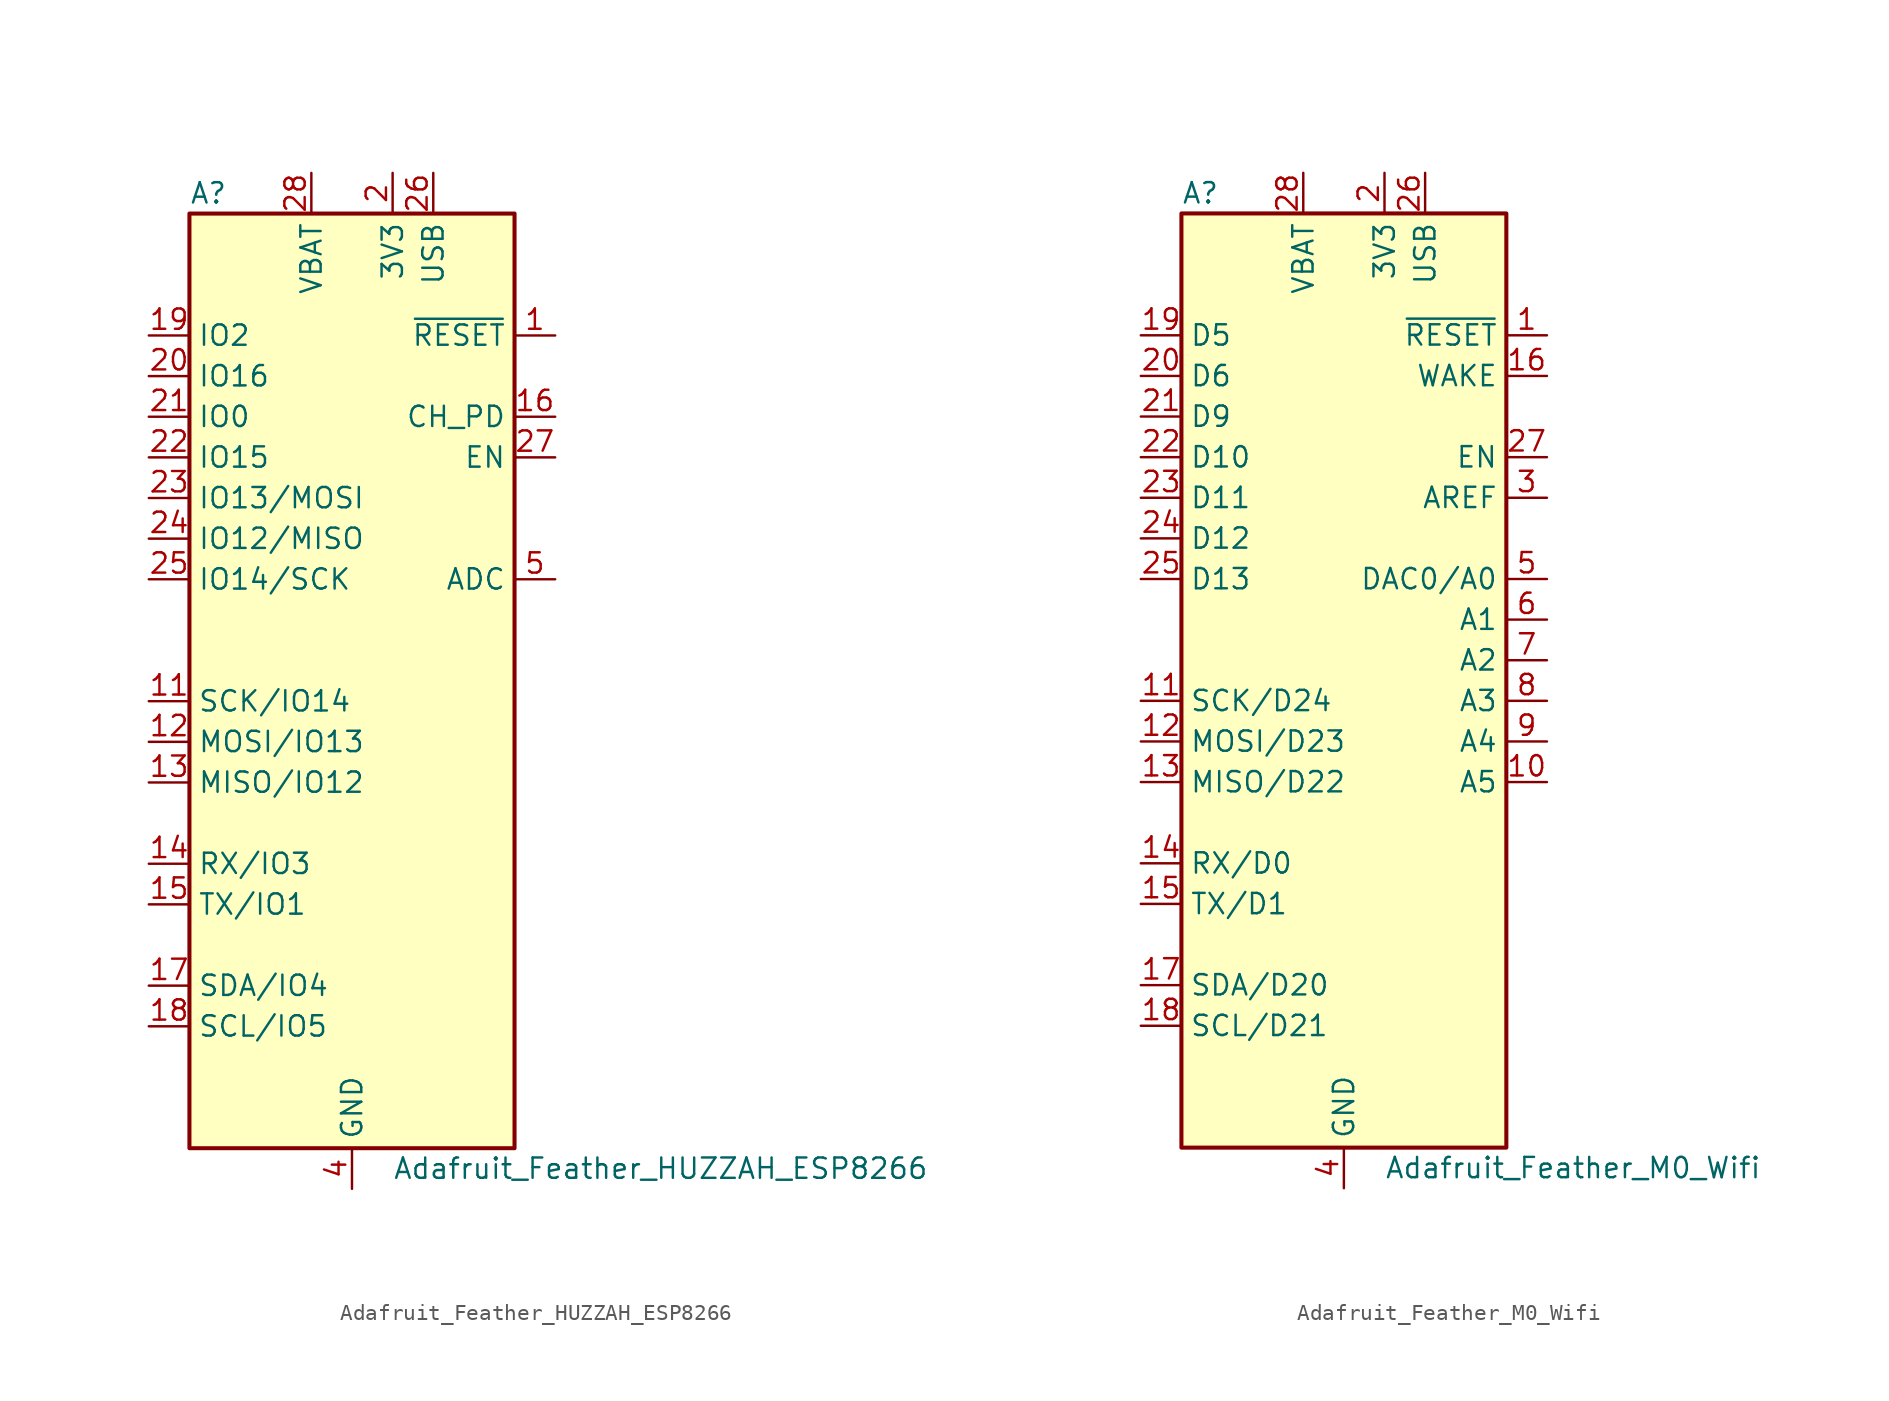
<source format=kicad_sym>
(kicad_symbol_lib
  (version 20231120)
  (generator "kicad_symbol_editor")
  (generator_version "8.0")
  (symbol "Adafruit_Feather_HUZZAH_ESP8266"
    (property "Reference" "A"
      (at -10.16 29.21 0)
      (effects (font (size 1.27 1.27)) (justify left)))
    (property "Value" "Adafruit_Feather_HUZZAH_ESP8266"
      (at 2.54 -31.75 0)
      (effects (font (size 1.27 1.27)) (justify left)))
    (symbol "Adafruit_Feather_HUZZAH_ESP8266_0_1"
      (rectangle (start -10.16 27.94) (end 10.16 -30.48) (stroke (width 0.254) (type default)) (fill (type background))))
    (symbol "Adafruit_Feather_HUZZAH_ESP8266_1_1"
      (pin input line (at 12.7 20.32 180) (length 2.54) (name "~{RESET}" (effects (font (size 1.27 1.27)))) (number "1" (effects (font (size 1.27 1.27)))))
      (pin no_connect line (at 10.16 -7.62 180) (length 2.54) hide (name "NC" (effects (font (size 1.27 1.27)))) (number "10" (effects (font (size 1.27 1.27)))))
      (pin bidirectional line (at -12.7 -2.54 0) (length 2.54) (name "SCK/IO14" (effects (font (size 1.27 1.27)))) (number "11" (effects (font (size 1.27 1.27)))))
      (pin bidirectional line (at -12.7 -5.08 0) (length 2.54) (name "MOSI/IO13" (effects (font (size 1.27 1.27)))) (number "12" (effects (font (size 1.27 1.27)))))
      (pin bidirectional line (at -12.7 -7.62 0) (length 2.54) (name "MISO/IO12" (effects (font (size 1.27 1.27)))) (number "13" (effects (font (size 1.27 1.27)))))
      (pin bidirectional line (at -12.7 -12.7 0) (length 2.54) (name "RX/IO3" (effects (font (size 1.27 1.27)))) (number "14" (effects (font (size 1.27 1.27)))))
      (pin bidirectional line (at -12.7 -15.24 0) (length 2.54) (name "TX/IO1" (effects (font (size 1.27 1.27)))) (number "15" (effects (font (size 1.27 1.27)))))
      (pin bidirectional line (at 12.7 15.24 180) (length 2.54) (name "CH_PD" (effects (font (size 1.27 1.27)))) (number "16" (effects (font (size 1.27 1.27)))))
      (pin bidirectional line (at -12.7 -20.32 0) (length 2.54) (name "SDA/IO4" (effects (font (size 1.27 1.27)))) (number "17" (effects (font (size 1.27 1.27)))))
      (pin bidirectional line (at -12.7 -22.86 0) (length 2.54) (name "SCL/IO5" (effects (font (size 1.27 1.27)))) (number "18" (effects (font (size 1.27 1.27)))))
      (pin bidirectional line (at -12.7 20.32 0) (length 2.54) (name "IO2" (effects (font (size 1.27 1.27)))) (number "19" (effects (font (size 1.27 1.27)))))
      (pin power_in line (at 2.54 30.48 270) (length 2.54) (name "3V3" (effects (font (size 1.27 1.27)))) (number "2" (effects (font (size 1.27 1.27)))))
      (pin bidirectional line (at -12.7 17.78 0) (length 2.54) (name "IO16" (effects (font (size 1.27 1.27)))) (number "20" (effects (font (size 1.27 1.27)))))
      (pin bidirectional line (at -12.7 15.24 0) (length 2.54) (name "IO0" (effects (font (size 1.27 1.27)))) (number "21" (effects (font (size 1.27 1.27)))))
      (pin bidirectional line (at -12.7 12.7 0) (length 2.54) (name "IO15" (effects (font (size 1.27 1.27)))) (number "22" (effects (font (size 1.27 1.27)))))
      (pin bidirectional line (at -12.7 10.16 0) (length 2.54) (name "IO13/MOSI" (effects (font (size 1.27 1.27)))) (number "23" (effects (font (size 1.27 1.27)))))
      (pin bidirectional line (at -12.7 7.62 0) (length 2.54) (name "IO12/MISO" (effects (font (size 1.27 1.27)))) (number "24" (effects (font (size 1.27 1.27)))))
      (pin bidirectional line (at -12.7 5.08 0) (length 2.54) (name "IO14/SCK" (effects (font (size 1.27 1.27)))) (number "25" (effects (font (size 1.27 1.27)))))
      (pin power_in line (at 5.08 30.48 270) (length 2.54) (name "USB" (effects (font (size 1.27 1.27)))) (number "26" (effects (font (size 1.27 1.27)))))
      (pin input line (at 12.7 12.7 180) (length 2.54) (name "EN" (effects (font (size 1.27 1.27)))) (number "27" (effects (font (size 1.27 1.27)))))
      (pin power_in line (at -2.54 30.48 270) (length 2.54) (name "VBAT" (effects (font (size 1.27 1.27)))) (number "28" (effects (font (size 1.27 1.27)))))
      (pin no_connect line (at 10.16 10.16 180) (length 2.54) hide (name "NC" (effects (font (size 1.27 1.27)))) (number "3" (effects (font (size 1.27 1.27)))))
      (pin power_in line (at 0 -33.02 90) (length 2.54) (name "GND" (effects (font (size 1.27 1.27)))) (number "4" (effects (font (size 1.27 1.27)))))
      (pin bidirectional line (at 12.7 5.08 180) (length 2.54) (name "ADC" (effects (font (size 1.27 1.27)))) (number "5" (effects (font (size 1.27 1.27)))))
      (pin no_connect line (at 10.16 2.54 180) (length 2.54) hide (name "NC" (effects (font (size 1.27 1.27)))) (number "6" (effects (font (size 1.27 1.27)))))
      (pin no_connect line (at 10.16 0 180) (length 2.54) hide (name "NC" (effects (font (size 1.27 1.27)))) (number "7" (effects (font (size 1.27 1.27)))))
      (pin no_connect line (at 10.16 -2.54 180) (length 2.54) hide (name "NC" (effects (font (size 1.27 1.27)))) (number "8" (effects (font (size 1.27 1.27)))))
      (pin no_connect line (at 10.16 -5.08 180) (length 2.54) hide (name "NC" (effects (font (size 1.27 1.27)))) (number "9" (effects (font (size 1.27 1.27)))))))
  (symbol "Adafruit_Feather_M0_Wifi"
    (property "Reference" "A"
      (at -10.16 29.21 0)
      (effects (font (size 1.27 1.27)) (justify left)))
    (property "Value" "Adafruit_Feather_M0_Wifi"
      (at 2.54 -31.75 0)
      (effects (font (size 1.27 1.27)) (justify left)))
    (symbol "Adafruit_Feather_M0_Wifi_0_1"
      (rectangle (start -10.16 27.94) (end 10.16 -30.48) (stroke (width 0.254) (type default)) (fill (type background))))
    (symbol "Adafruit_Feather_M0_Wifi_1_1"
      (pin input line (at 12.7 20.32 180) (length 2.54) (name "~{RESET}" (effects (font (size 1.27 1.27)))) (number "1" (effects (font (size 1.27 1.27)))))
      (pin bidirectional line (at 12.7 -7.62 180) (length 2.54) (name "A5" (effects (font (size 1.27 1.27)))) (number "10" (effects (font (size 1.27 1.27)))))
      (pin bidirectional line (at -12.7 -2.54 0) (length 2.54) (name "SCK/D24" (effects (font (size 1.27 1.27)))) (number "11" (effects (font (size 1.27 1.27)))))
      (pin bidirectional line (at -12.7 -5.08 0) (length 2.54) (name "MOSI/D23" (effects (font (size 1.27 1.27)))) (number "12" (effects (font (size 1.27 1.27)))))
      (pin bidirectional line (at -12.7 -7.62 0) (length 2.54) (name "MISO/D22" (effects (font (size 1.27 1.27)))) (number "13" (effects (font (size 1.27 1.27)))))
      (pin bidirectional line (at -12.7 -12.7 0) (length 2.54) (name "RX/D0" (effects (font (size 1.27 1.27)))) (number "14" (effects (font (size 1.27 1.27)))))
      (pin bidirectional line (at -12.7 -15.24 0) (length 2.54) (name "TX/D1" (effects (font (size 1.27 1.27)))) (number "15" (effects (font (size 1.27 1.27)))))
      (pin input line (at 12.7 17.78 180) (length 2.54) (name "WAKE" (effects (font (size 1.27 1.27)))) (number "16" (effects (font (size 1.27 1.27)))))
      (pin bidirectional line (at -12.7 -20.32 0) (length 2.54) (name "SDA/D20" (effects (font (size 1.27 1.27)))) (number "17" (effects (font (size 1.27 1.27)))))
      (pin bidirectional line (at -12.7 -22.86 0) (length 2.54) (name "SCL/D21" (effects (font (size 1.27 1.27)))) (number "18" (effects (font (size 1.27 1.27)))))
      (pin bidirectional line (at -12.7 20.32 0) (length 2.54) (name "D5" (effects (font (size 1.27 1.27)))) (number "19" (effects (font (size 1.27 1.27)))))
      (pin power_in line (at 2.54 30.48 270) (length 2.54) (name "3V3" (effects (font (size 1.27 1.27)))) (number "2" (effects (font (size 1.27 1.27)))))
      (pin bidirectional line (at -12.7 17.78 0) (length 2.54) (name "D6" (effects (font (size 1.27 1.27)))) (number "20" (effects (font (size 1.27 1.27)))))
      (pin bidirectional line (at -12.7 15.24 0) (length 2.54) (name "D9" (effects (font (size 1.27 1.27)))) (number "21" (effects (font (size 1.27 1.27)))))
      (pin bidirectional line (at -12.7 12.7 0) (length 2.54) (name "D10" (effects (font (size 1.27 1.27)))) (number "22" (effects (font (size 1.27 1.27)))))
      (pin bidirectional line (at -12.7 10.16 0) (length 2.54) (name "D11" (effects (font (size 1.27 1.27)))) (number "23" (effects (font (size 1.27 1.27)))))
      (pin bidirectional line (at -12.7 7.62 0) (length 2.54) (name "D12" (effects (font (size 1.27 1.27)))) (number "24" (effects (font (size 1.27 1.27)))))
      (pin bidirectional line (at -12.7 5.08 0) (length 2.54) (name "D13" (effects (font (size 1.27 1.27)))) (number "25" (effects (font (size 1.27 1.27)))))
      (pin power_in line (at 5.08 30.48 270) (length 2.54) (name "USB" (effects (font (size 1.27 1.27)))) (number "26" (effects (font (size 1.27 1.27)))))
      (pin input line (at 12.7 12.7 180) (length 2.54) (name "EN" (effects (font (size 1.27 1.27)))) (number "27" (effects (font (size 1.27 1.27)))))
      (pin power_in line (at -2.54 30.48 270) (length 2.54) (name "VBAT" (effects (font (size 1.27 1.27)))) (number "28" (effects (font (size 1.27 1.27)))))
      (pin input line (at 12.7 10.16 180) (length 2.54) (name "AREF" (effects (font (size 1.27 1.27)))) (number "3" (effects (font (size 1.27 1.27)))))
      (pin power_in line (at 0 -33.02 90) (length 2.54) (name "GND" (effects (font (size 1.27 1.27)))) (number "4" (effects (font (size 1.27 1.27)))))
      (pin bidirectional line (at 12.7 5.08 180) (length 2.54) (name "DAC0/A0" (effects (font (size 1.27 1.27)))) (number "5" (effects (font (size 1.27 1.27)))))
      (pin bidirectional line (at 12.7 2.54 180) (length 2.54) (name "A1" (effects (font (size 1.27 1.27)))) (number "6" (effects (font (size 1.27 1.27)))))
      (pin bidirectional line (at 12.7 0 180) (length 2.54) (name "A2" (effects (font (size 1.27 1.27)))) (number "7" (effects (font (size 1.27 1.27)))))
      (pin bidirectional line (at 12.7 -2.54 180) (length 2.54) (name "A3" (effects (font (size 1.27 1.27)))) (number "8" (effects (font (size 1.27 1.27)))))
      (pin bidirectional line (at 12.7 -5.08 180) (length 2.54) (name "A4" (effects (font (size 1.27 1.27)))) (number "9" (effects (font (size 1.27 1.27))))))))
</source>
